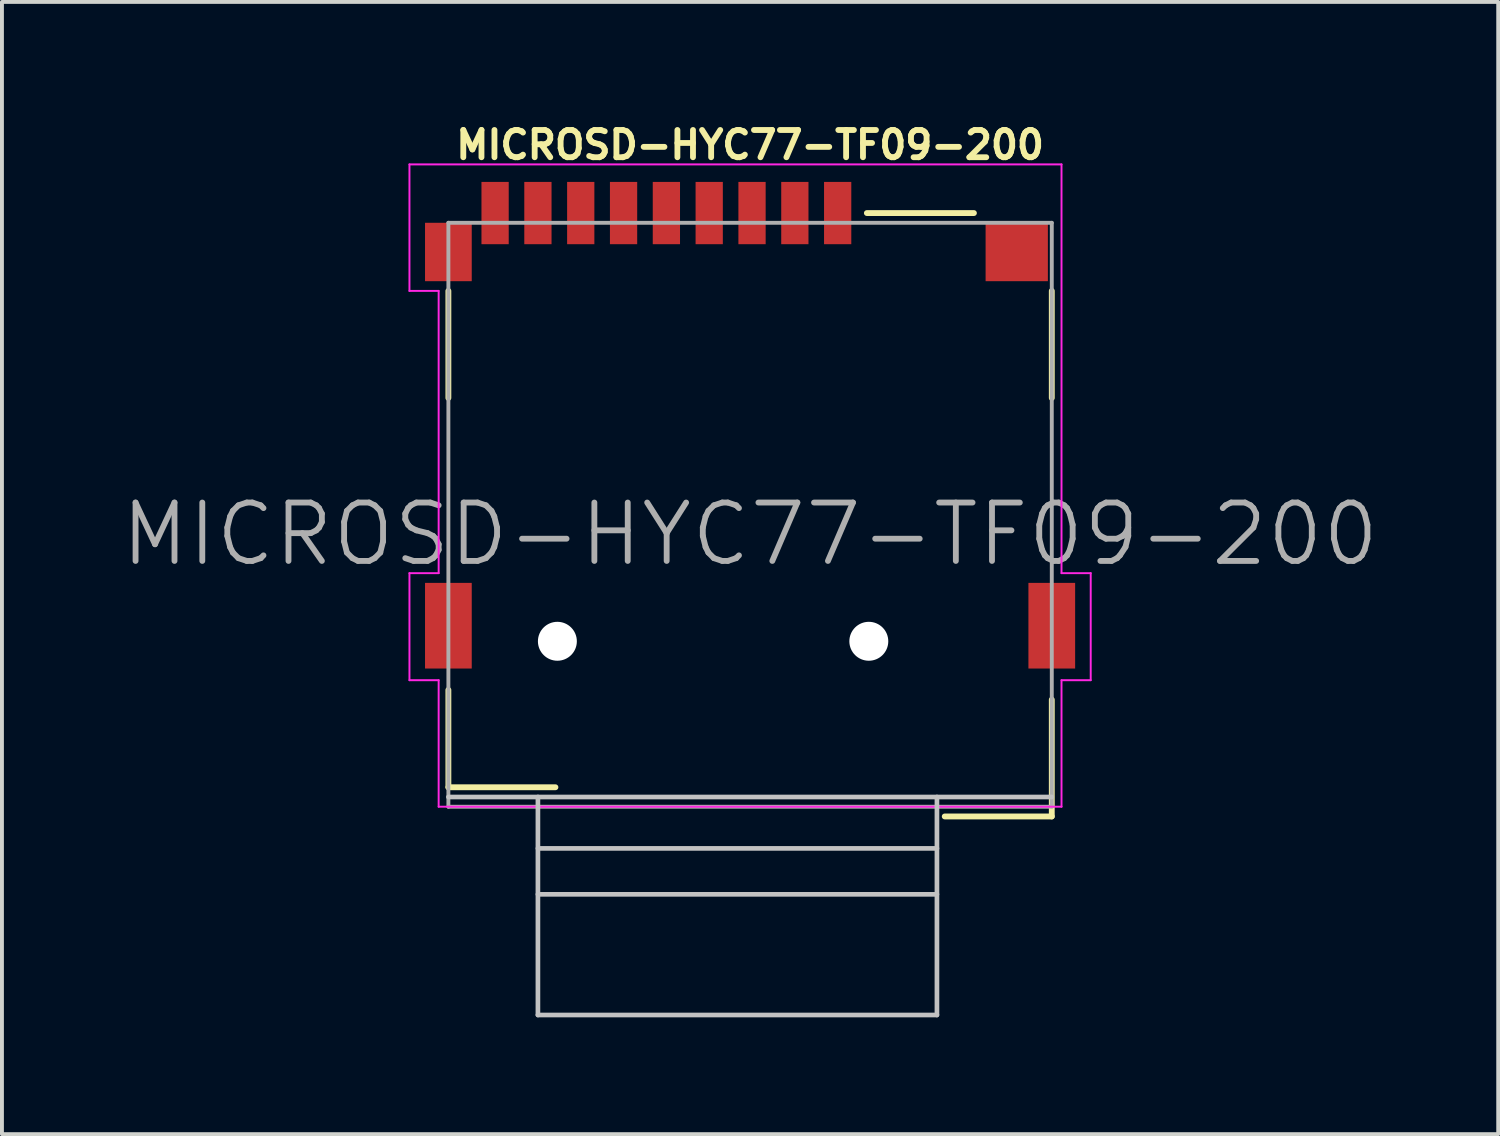
<source format=kicad_pcb>
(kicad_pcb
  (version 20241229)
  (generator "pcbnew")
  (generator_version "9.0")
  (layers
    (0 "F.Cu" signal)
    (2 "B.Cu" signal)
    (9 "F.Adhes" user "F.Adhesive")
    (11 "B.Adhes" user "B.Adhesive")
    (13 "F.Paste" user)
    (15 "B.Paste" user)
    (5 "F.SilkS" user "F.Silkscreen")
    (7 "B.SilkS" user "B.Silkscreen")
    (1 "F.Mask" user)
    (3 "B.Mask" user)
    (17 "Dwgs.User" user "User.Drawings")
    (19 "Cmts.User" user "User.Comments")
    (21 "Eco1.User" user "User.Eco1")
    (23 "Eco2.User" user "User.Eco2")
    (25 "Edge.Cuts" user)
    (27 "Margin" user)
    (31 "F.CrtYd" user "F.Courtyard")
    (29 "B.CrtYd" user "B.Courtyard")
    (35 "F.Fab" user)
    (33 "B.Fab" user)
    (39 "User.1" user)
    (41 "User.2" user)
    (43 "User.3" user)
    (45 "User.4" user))
  (footprint "MICROSD-HYC77-TF09-200"
    (layer "F.Cu")
    (at 16.218 10.173)
    (property "Reference" "MICROSD-HYC77-TF09-200" (at 0 -9.5 0) (layer "F.SilkS") (effects (font (size 0.7 0.7) (thickness 0.15))))
    (attr smd)
    (fp_line (start -7.75 -3) (end -7.75 -5.75) (stroke (width 0.15) (type solid)) (layer "F.SilkS"))
    (fp_line (start -7.75 4.5) (end -7.75 7) (stroke (width 0.15) (type solid)) (layer "F.SilkS"))
    (fp_line (start -7.75 7) (end -5 7) (stroke (width 0.15) (type solid)) (layer "F.SilkS"))
    (fp_line (start 3 -7.75) (end 5.75 -7.75) (stroke (width 0.15) (type solid)) (layer "F.SilkS"))
    (fp_line (start 5 7.75) (end 7.75 7.75) (stroke (width 0.15) (type solid)) (layer "F.SilkS"))
    (fp_line (start 7.75 -5.75) (end 7.75 -3) (stroke (width 0.15) (type solid)) (layer "F.SilkS"))
    (fp_line (start 7.75 7.75) (end 7.75 4.75) (stroke (width 0.15) (type solid)) (layer "F.SilkS"))
    (fp_line (start -5.45 12.85) (end -5.45 7.25) (stroke (width 0.12) (type solid)) (layer "Dwgs.User"))
    (fp_line (start 4.8 8.57) (end -5.45 8.57) (stroke (width 0.12) (type solid)) (layer "Dwgs.User"))
    (fp_line (start 4.8 9.75) (end -5.45 9.75) (stroke (width 0.12) (type solid)) (layer "Dwgs.User"))
    (fp_line (start 4.8 12.85) (end -5.45 12.85) (stroke (width 0.12) (type solid)) (layer "Dwgs.User"))
    (fp_line (start 4.8 12.85) (end 4.8 7.25) (stroke (width 0.12) (type solid)) (layer "Dwgs.User"))
    (fp_line (start 7.75 7.25) (end -7.75 7.25) (stroke (width 0.12) (type solid)) (layer "Dwgs.User"))
    (fp_line (start -8.75 -9) (end 8 -9) (stroke (width 0.05) (type solid)) (layer "F.CrtYd"))
    (fp_line (start -8.75 -5.75) (end -8.75 -9) (stroke (width 0.05) (type solid)) (layer "F.CrtYd"))
    (fp_line (start -8.75 1.5) (end -8 1.5) (stroke (width 0.05) (type solid)) (layer "F.CrtYd"))
    (fp_line (start -8.75 4.25) (end -8.75 1.5) (stroke (width 0.05) (type solid)) (layer "F.CrtYd"))
    (fp_line (start -8 -5.75) (end -8.75 -5.75) (stroke (width 0.05) (type solid)) (layer "F.CrtYd"))
    (fp_line (start -8 1.5) (end -8 -5.75) (stroke (width 0.05) (type solid)) (layer "F.CrtYd"))
    (fp_line (start -8 4.25) (end -8.75 4.25) (stroke (width 0.05) (type solid)) (layer "F.CrtYd"))
    (fp_line (start -8 7.5) (end -8 4.25) (stroke (width 0.05) (type solid)) (layer "F.CrtYd"))
    (fp_line (start 8 -9) (end 8 1.5) (stroke (width 0.05) (type solid)) (layer "F.CrtYd"))
    (fp_line (start 8 1.5) (end 8.75 1.5) (stroke (width 0.05) (type solid)) (layer "F.CrtYd"))
    (fp_line (start 8 4.25) (end 8 7.5) (stroke (width 0.05) (type solid)) (layer "F.CrtYd"))
    (fp_line (start 8 7.5) (end -8 7.5) (stroke (width 0.05) (type solid)) (layer "F.CrtYd"))
    (fp_line (start 8.75 1.5) (end 8.75 4.25) (stroke (width 0.05) (type solid)) (layer "F.CrtYd"))
    (fp_line (start 8.75 4.25) (end 8 4.25) (stroke (width 0.05) (type solid)) (layer "F.CrtYd"))
    (fp_line (start -7.75 -7.5) (end 7.75 -7.5) (stroke (width 0.1) (type solid)) (layer "F.Fab"))
    (fp_line (start -7.75 7.5) (end -7.75 -7.5) (stroke (width 0.1) (type solid)) (layer "F.Fab"))
    (fp_line (start 7.75 -7.5) (end 7.75 7.5) (stroke (width 0.1) (type solid)) (layer "F.Fab"))
    (fp_line (start 7.75 7.5) (end -7.75 7.5) (stroke (width 0.1) (type solid)) (layer "F.Fab"))
    (fp_text user "${REFERENCE}" (at 0 0.5 0) (layer "F.Fab") (effects (font (size 1.5 1.5) (thickness 0.15))))
    (pad "" np_thru_hole circle (at -4.95 3.25) (size 1 1) (drill 1) (layers "*.Cu" "*.Mask"))
    (pad "" np_thru_hole circle (at 3.05 3.25) (size 1 1) (drill 1) (layers "*.Cu" "*.Mask"))
    (pad "1" smd rect (at 2.25 -7.75) (size 0.7 1.6) (layers "F.Cu" "F.Mask" "F.Paste"))
    (pad "2" smd rect (at 1.15 -7.75) (size 0.7 1.6) (layers "F.Cu" "F.Mask" "F.Paste"))
    (pad "3" smd rect (at 0.05 -7.75) (size 0.7 1.6) (layers "F.Cu" "F.Mask" "F.Paste"))
    (pad "4" smd rect (at -1.05 -7.75) (size 0.7 1.6) (layers "F.Cu" "F.Mask" "F.Paste"))
    (pad "5" smd rect (at -2.15 -7.75) (size 0.7 1.6) (layers "F.Cu" "F.Mask" "F.Paste"))
    (pad "6" smd rect (at -3.25 -7.75) (size 0.7 1.6) (layers "F.Cu" "F.Mask" "F.Paste"))
    (pad "7" smd rect (at -4.35 -7.75) (size 0.7 1.6) (layers "F.Cu" "F.Mask" "F.Paste"))
    (pad "8" smd rect (at -5.45 -7.75) (size 0.7 1.6) (layers "F.Cu" "F.Mask" "F.Paste"))
    (pad "9" smd rect (at -6.55 -7.75) (size 0.7 1.6) (layers "F.Cu" "F.Mask" "F.Paste"))
    (pad "SHIELD" smd rect (at -7.75 -6.75) (size 1.2 1.5) (layers "F.Cu" "F.Mask" "F.Paste"))
    (pad "SHIELD" smd rect (at -7.75 2.85) (size 1.2 2.2) (layers "F.Cu" "F.Mask" "F.Paste"))
    (pad "SHIELD" smd rect (at 6.85 -6.75) (size 1.6 1.5) (layers "F.Cu" "F.Mask" "F.Paste"))
    (pad "SHIELD" smd rect (at 7.75 2.85) (size 1.2 2.2) (layers "F.Cu" "F.Mask" "F.Paste")))
  (gr_rect
    (start -3 -3)
    (end 35.436 26.083)
    (stroke (width 0.1) (type default))
    (fill no)
    (layer "Edge.Cuts")))
</source>
